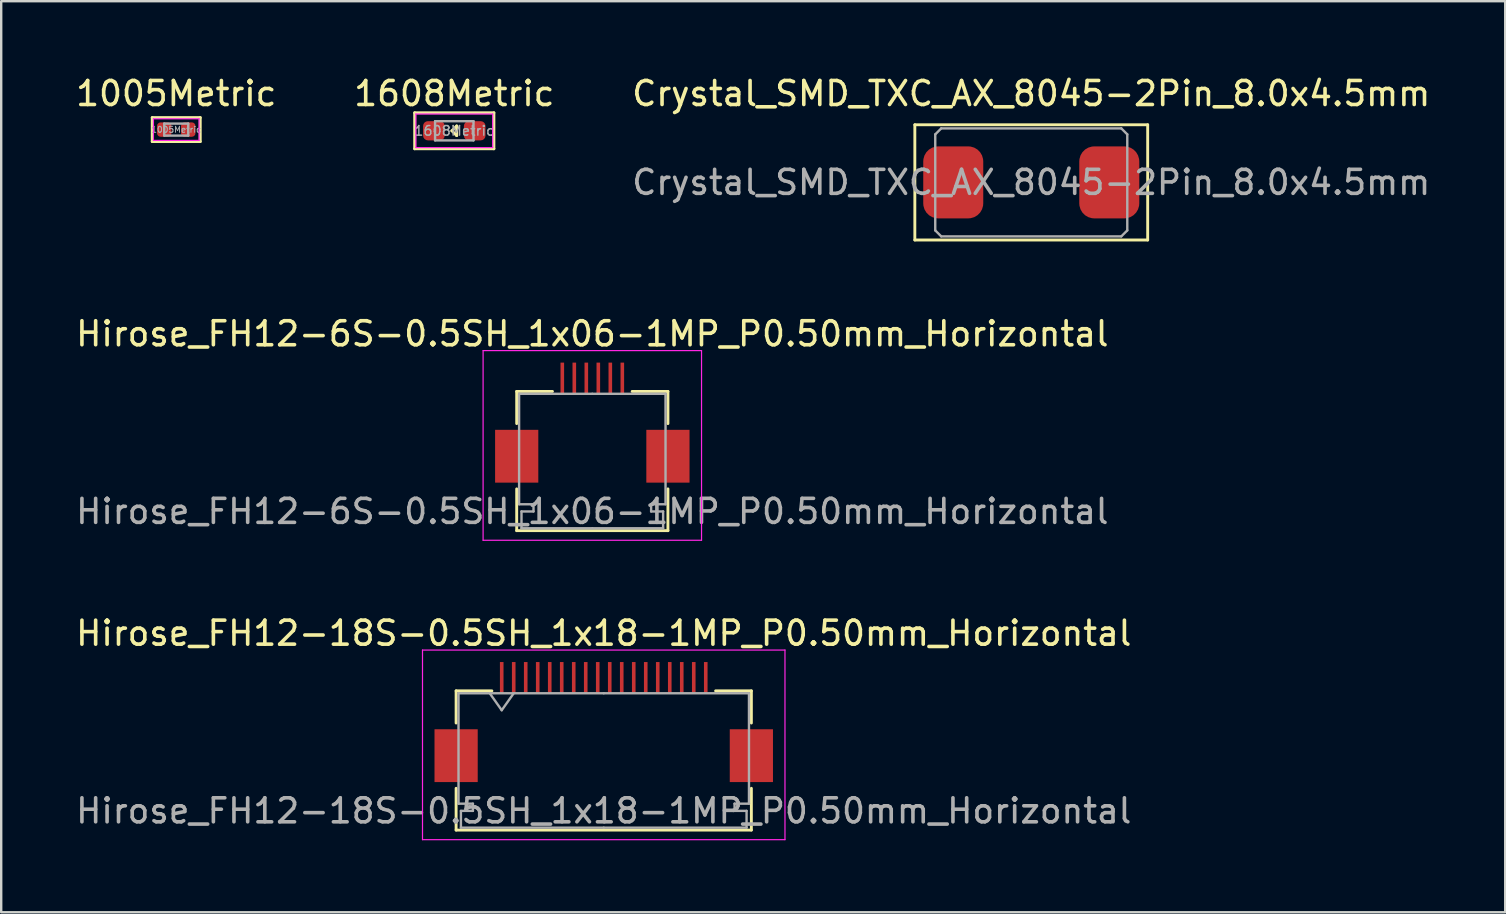
<source format=kicad_pcb>
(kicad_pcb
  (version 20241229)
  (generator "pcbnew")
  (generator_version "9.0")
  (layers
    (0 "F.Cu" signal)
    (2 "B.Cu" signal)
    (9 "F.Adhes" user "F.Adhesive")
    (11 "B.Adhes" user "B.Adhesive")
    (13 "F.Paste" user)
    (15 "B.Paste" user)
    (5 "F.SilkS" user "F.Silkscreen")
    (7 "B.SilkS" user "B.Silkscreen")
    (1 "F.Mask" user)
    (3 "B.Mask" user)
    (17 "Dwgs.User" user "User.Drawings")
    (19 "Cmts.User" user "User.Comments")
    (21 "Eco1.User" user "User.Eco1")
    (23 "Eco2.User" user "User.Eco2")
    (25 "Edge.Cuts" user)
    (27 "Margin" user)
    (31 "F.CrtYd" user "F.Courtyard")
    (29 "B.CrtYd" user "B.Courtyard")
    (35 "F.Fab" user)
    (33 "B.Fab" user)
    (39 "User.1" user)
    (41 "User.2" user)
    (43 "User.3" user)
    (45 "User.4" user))
  (footprint "Hirose_FH12-18S-0.5SH_1x18-1MP_P0.50mm_Horizontal"
    (layer "F.Cu")
    (at 22.101 27.03)
    (property "Reference" "Hirose_FH12-18S-0.5SH_1x18-1MP_P0.50mm_Horizontal" (at 0 -3.7 0) (layer "F.SilkS") (effects (font (size 1 1) (thickness 0.15))))
    (attr smd)
    (fp_line (start -6.15 -1.3) (end -6.15 0.04) (stroke (width 0.12) (type solid)) (layer "F.SilkS"))
    (fp_line (start -6.15 2.76) (end -6.15 4.5) (stroke (width 0.12) (type solid)) (layer "F.SilkS"))
    (fp_line (start -6.15 4.5) (end 6.15 4.5) (stroke (width 0.12) (type solid)) (layer "F.SilkS"))
    (fp_line (start -4.66 -1.3) (end -6.15 -1.3) (stroke (width 0.12) (type solid)) (layer "F.SilkS"))
    (fp_line (start 4.66 -1.3) (end 6.15 -1.3) (stroke (width 0.12) (type solid)) (layer "F.SilkS"))
    (fp_line (start 6.15 -1.3) (end 6.15 0.04) (stroke (width 0.12) (type solid)) (layer "F.SilkS"))
    (fp_line (start 6.15 4.5) (end 6.15 2.76) (stroke (width 0.12) (type solid)) (layer "F.SilkS"))
    (fp_line (start -7.55 -3) (end -7.55 4.9) (stroke (width 0.05) (type solid)) (layer "F.CrtYd"))
    (fp_line (start -7.55 4.9) (end 7.55 4.9) (stroke (width 0.05) (type solid)) (layer "F.CrtYd"))
    (fp_line (start 7.55 -3) (end -7.55 -3) (stroke (width 0.05) (type solid)) (layer "F.CrtYd"))
    (fp_line (start 7.55 4.9) (end 7.55 -3) (stroke (width 0.05) (type solid)) (layer "F.CrtYd"))
    (fp_line (start -6.05 -1.2) (end -6.05 3.4) (stroke (width 0.1) (type solid)) (layer "F.Fab"))
    (fp_line (start -6.05 3.4) (end -5.45 3.4) (stroke (width 0.1) (type solid)) (layer "F.Fab"))
    (fp_line (start -5.95 3.7) (end -5.95 4.4) (stroke (width 0.1) (type solid)) (layer "F.Fab"))
    (fp_line (start -5.95 4.4) (end 0 4.4) (stroke (width 0.1) (type solid)) (layer "F.Fab"))
    (fp_line (start -5.45 3.4) (end -5.45 3.7) (stroke (width 0.1) (type solid)) (layer "F.Fab"))
    (fp_line (start -5.45 3.7) (end -5.95 3.7) (stroke (width 0.1) (type solid)) (layer "F.Fab"))
    (fp_line (start -4.75 -1.2) (end -4.25 -0.493) (stroke (width 0.1) (type solid)) (layer "F.Fab"))
    (fp_line (start -4.25 -0.493) (end -3.75 -1.2) (stroke (width 0.1) (type solid)) (layer "F.Fab"))
    (fp_line (start 0 -1.2) (end -6.05 -1.2) (stroke (width 0.1) (type solid)) (layer "F.Fab"))
    (fp_line (start 0 -1.2) (end 6.05 -1.2) (stroke (width 0.1) (type solid)) (layer "F.Fab"))
    (fp_line (start 5.45 3.4) (end 5.45 3.7) (stroke (width 0.1) (type solid)) (layer "F.Fab"))
    (fp_line (start 5.45 3.7) (end 5.95 3.7) (stroke (width 0.1) (type solid)) (layer "F.Fab"))
    (fp_line (start 5.95 3.7) (end 5.95 4.4) (stroke (width 0.1) (type solid)) (layer "F.Fab"))
    (fp_line (start 5.95 4.4) (end 0 4.4) (stroke (width 0.1) (type solid)) (layer "F.Fab"))
    (fp_line (start 6.05 -1.2) (end 6.05 3.4) (stroke (width 0.1) (type solid)) (layer "F.Fab"))
    (fp_line (start 6.05 3.4) (end 5.45 3.4) (stroke (width 0.1) (type solid)) (layer "F.Fab"))
    (fp_text user "${REFERENCE}" (at 0 3.7 0) (layer "F.Fab") (effects (font (size 1 1) (thickness 0.15))))
    (pad "" smd rect (at -6.15 1.4) (size 1.8 2.2) (layers "F.Cu" "F.Mask" "F.Paste"))
    (pad "" smd rect (at 6.15 1.4) (size 1.8 2.2) (layers "F.Cu" "F.Mask" "F.Paste"))
    (pad "1" smd rect (at -4.25 -1.85) (size 0.15 1.3) (layers "F.Cu" "F.Mask" "F.Paste"))
    (pad "2" smd rect (at -3.75 -1.85) (size 0.15 1.3) (layers "F.Cu" "F.Mask" "F.Paste"))
    (pad "3" smd rect (at -3.25 -1.85) (size 0.15 1.3) (layers "F.Cu" "F.Mask" "F.Paste"))
    (pad "4" smd rect (at -2.75 -1.85) (size 0.15 1.3) (layers "F.Cu" "F.Mask" "F.Paste"))
    (pad "5" smd rect (at -2.25 -1.85) (size 0.15 1.3) (layers "F.Cu" "F.Mask" "F.Paste"))
    (pad "6" smd rect (at -1.75 -1.85) (size 0.15 1.3) (layers "F.Cu" "F.Mask" "F.Paste"))
    (pad "7" smd rect (at -1.25 -1.85) (size 0.15 1.3) (layers "F.Cu" "F.Mask" "F.Paste"))
    (pad "8" smd rect (at -0.75 -1.85) (size 0.15 1.3) (layers "F.Cu" "F.Mask" "F.Paste"))
    (pad "9" smd rect (at -0.25 -1.85) (size 0.15 1.3) (layers "F.Cu" "F.Mask" "F.Paste"))
    (pad "10" smd rect (at 0.25 -1.85) (size 0.15 1.3) (layers "F.Cu" "F.Mask" "F.Paste"))
    (pad "11" smd rect (at 0.75 -1.85) (size 0.15 1.3) (layers "F.Cu" "F.Mask" "F.Paste"))
    (pad "12" smd rect (at 1.25 -1.85) (size 0.15 1.3) (layers "F.Cu" "F.Mask" "F.Paste"))
    (pad "13" smd rect (at 1.75 -1.85) (size 0.15 1.3) (layers "F.Cu" "F.Mask" "F.Paste"))
    (pad "14" smd rect (at 2.25 -1.85) (size 0.15 1.3) (layers "F.Cu" "F.Mask" "F.Paste"))
    (pad "15" smd rect (at 2.75 -1.85) (size 0.15 1.3) (layers "F.Cu" "F.Mask" "F.Paste"))
    (pad "16" smd rect (at 3.25 -1.85) (size 0.15 1.3) (layers "F.Cu" "F.Mask" "F.Paste"))
    (pad "17" smd rect (at 3.75 -1.85) (size 0.15 1.3) (layers "F.Cu" "F.Mask" "F.Paste"))
    (pad "18" smd rect (at 4.25 -1.85) (size 0.15 1.3) (layers "F.Cu" "F.Mask" "F.Paste")))
  (footprint "Hirose_FH12-6S-0.5SH_1x06-1MP_P0.50mm_Horizontal"
    (layer "F.Cu")
    (at 21.625 14.556)
    (property "Reference" "Hirose_FH12-6S-0.5SH_1x06-1MP_P0.50mm_Horizontal" (at 0 -3.7 0) (layer "F.SilkS") (effects (font (size 1 1) (thickness 0.15))))
    (attr smd)
    (fp_line (start -3.15 -1.3) (end -3.15 0.04) (stroke (width 0.12) (type solid)) (layer "F.SilkS"))
    (fp_line (start -3.15 2.76) (end -3.15 4.5) (stroke (width 0.12) (type solid)) (layer "F.SilkS"))
    (fp_line (start -3.15 4.5) (end 3.15 4.5) (stroke (width 0.12) (type solid)) (layer "F.SilkS"))
    (fp_line (start -1.66 -1.3) (end -3.15 -1.3) (stroke (width 0.12) (type solid)) (layer "F.SilkS"))
    (fp_line (start 1.66 -1.3) (end 3.15 -1.3) (stroke (width 0.12) (type solid)) (layer "F.SilkS"))
    (fp_line (start 3.15 -1.3) (end 3.15 0.04) (stroke (width 0.12) (type solid)) (layer "F.SilkS"))
    (fp_line (start 3.15 4.5) (end 3.15 2.76) (stroke (width 0.12) (type solid)) (layer "F.SilkS"))
    (fp_line (start -4.55 -3) (end -4.55 4.9) (stroke (width 0.05) (type solid)) (layer "F.CrtYd"))
    (fp_line (start -4.55 4.9) (end 4.55 4.9) (stroke (width 0.05) (type solid)) (layer "F.CrtYd"))
    (fp_line (start 4.55 -3) (end -4.55 -3) (stroke (width 0.05) (type solid)) (layer "F.CrtYd"))
    (fp_line (start 4.55 4.9) (end 4.55 -3) (stroke (width 0.05) (type solid)) (layer "F.CrtYd"))
    (fp_line (start -3.05 -1.2) (end -3.05 3.4) (stroke (width 0.1) (type solid)) (layer "F.Fab"))
    (fp_line (start -3.05 3.4) (end -2.45 3.4) (stroke (width 0.1) (type solid)) (layer "F.Fab"))
    (fp_line (start -2.95 3.7) (end -2.95 4.4) (stroke (width 0.1) (type solid)) (layer "F.Fab"))
    (fp_line (start -2.95 4.4) (end 0 4.4) (stroke (width 0.1) (type solid)) (layer "F.Fab"))
    (fp_line (start -2.45 3.4) (end -2.45 3.7) (stroke (width 0.1) (type solid)) (layer "F.Fab"))
    (fp_line (start -2.45 3.7) (end -2.95 3.7) (stroke (width 0.1) (type solid)) (layer "F.Fab"))
    (fp_line (start 0 -1.2) (end -3.05 -1.2) (stroke (width 0.1) (type solid)) (layer "F.Fab"))
    (fp_line (start 0 -1.2) (end 3.05 -1.2) (stroke (width 0.1) (type solid)) (layer "F.Fab"))
    (fp_line (start 2.45 3.4) (end 2.45 3.7) (stroke (width 0.1) (type solid)) (layer "F.Fab"))
    (fp_line (start 2.45 3.7) (end 2.95 3.7) (stroke (width 0.1) (type solid)) (layer "F.Fab"))
    (fp_line (start 2.95 3.7) (end 2.95 4.4) (stroke (width 0.1) (type solid)) (layer "F.Fab"))
    (fp_line (start 2.95 4.4) (end 0 4.4) (stroke (width 0.1) (type solid)) (layer "F.Fab"))
    (fp_line (start 3.05 -1.2) (end 3.05 3.4) (stroke (width 0.1) (type solid)) (layer "F.Fab"))
    (fp_line (start 3.05 3.4) (end 2.45 3.4) (stroke (width 0.1) (type solid)) (layer "F.Fab"))
    (fp_text user "${REFERENCE}" (at 0 3.7 0) (layer "F.Fab") (effects (font (size 1 1) (thickness 0.15))))
    (pad "" smd rect (at -3.15 1.4) (size 1.8 2.2) (layers "F.Cu" "F.Mask" "F.Paste"))
    (pad "" smd rect (at 3.15 1.4) (size 1.8 2.2) (layers "F.Cu" "F.Mask" "F.Paste"))
    (pad "1" smd rect (at 1.25 -1.85) (size 0.15 1.3) (layers "F.Cu" "F.Mask" "F.Paste"))
    (pad "2" smd rect (at 0.75 -1.85) (size 0.15 1.3) (layers "F.Cu" "F.Mask" "F.Paste"))
    (pad "3" smd rect (at 0.25 -1.85) (size 0.15 1.3) (layers "F.Cu" "F.Mask" "F.Paste"))
    (pad "4" smd rect (at -0.25 -1.85) (size 0.15 1.3) (layers "F.Cu" "F.Mask" "F.Paste"))
    (pad "5" smd rect (at -0.75 -1.85) (size 0.15 1.3) (layers "F.Cu" "F.Mask" "F.Paste"))
    (pad "6" smd rect (at -1.25 -1.85) (size 0.15 1.3) (layers "F.Cu" "F.Mask" "F.Paste")))
  (footprint "1005Metric"
    (layer "F.Cu")
    (at 4.292 2.348)
    (property "Reference" "1005Metric" (at 0 -1.5 0) (layer "F.SilkS") (effects (font (size 1 1) (thickness 0.15))))
    (attr smd)
    (fp_line (start -1 -0.5) (end 1 -0.5) (stroke (width 0.12) (type solid)) (layer "F.SilkS"))
    (fp_line (start -1 0.5) (end -1 -0.5) (stroke (width 0.12) (type solid)) (layer "F.SilkS"))
    (fp_line (start -1 0.5) (end 1 0.5) (stroke (width 0.12) (type solid)) (layer "F.SilkS"))
    (fp_line (start 1 0.5) (end 1 -0.5) (stroke (width 0.12) (type solid)) (layer "F.SilkS"))
    (fp_line (start -0.95 -0.45) (end 0.95 -0.45) (stroke (width 0.05) (type solid)) (layer "F.CrtYd"))
    (fp_line (start -0.95 0.45) (end -0.95 -0.45) (stroke (width 0.05) (type solid)) (layer "F.CrtYd"))
    (fp_line (start 0.95 -0.45) (end 0.95 0.45) (stroke (width 0.05) (type solid)) (layer "F.CrtYd"))
    (fp_line (start 0.95 0.45) (end -0.95 0.45) (stroke (width 0.05) (type solid)) (layer "F.CrtYd"))
    (fp_line (start -0.5 -0.25) (end 0.5 -0.25) (stroke (width 0.1) (type solid)) (layer "F.Fab"))
    (fp_line (start -0.5 0.25) (end -0.5 -0.25) (stroke (width 0.1) (type solid)) (layer "F.Fab"))
    (fp_line (start 0.5 -0.25) (end 0.5 0.25) (stroke (width 0.1) (type solid)) (layer "F.Fab"))
    (fp_line (start 0.5 0.25) (end -0.5 0.25) (stroke (width 0.1) (type solid)) (layer "F.Fab"))
    (fp_text user "${REFERENCE}" (at 0 0 0) (layer "F.Fab") (effects (font (size 0.25 0.25) (thickness 0.04))))
    (pad "1" smd roundrect (at -0.5 0) (size 0.6 0.6) (layers "F.Cu" "F.Mask" "F.Paste") (roundrect_rratio 0.25))
    (pad "2" smd roundrect (at 0.5 0) (size 0.6 0.6) (layers "F.Cu" "F.Mask" "F.Paste") (roundrect_rratio 0.25)))
  (footprint "Crystal_SMD_TXC_AX_8045-2Pin_8.0x4.5mm"
    (layer "F.Cu")
    (at 39.911 4.548)
    (property "Reference" "Crystal_SMD_TXC_AX_8045-2Pin_8.0x4.5mm" (at 0 -3.7 0) (layer "F.SilkS") (effects (font (size 1 1) (thickness 0.15))))
    (attr smd)
    (fp_line (start -4.85 2.4) (end -4.85 -2.4) (stroke (width 0.12) (type solid)) (layer "F.SilkS"))
    (fp_line (start -4.85 2.4) (end 4.85 2.4) (stroke (width 0.12) (type solid)) (layer "F.SilkS"))
    (fp_line (start 4.85 -2.4) (end -4.85 -2.4) (stroke (width 0.12) (type solid)) (layer "F.SilkS"))
    (fp_line (start 4.85 2.4) (end 4.85 -2.4) (stroke (width 0.12) (type solid)) (layer "F.SilkS"))
    (fp_line (start -4 -2) (end -3.75 -2.25) (stroke (width 0.1) (type solid)) (layer "F.Fab"))
    (fp_line (start -4 2) (end -4 -2) (stroke (width 0.1) (type solid)) (layer "F.Fab"))
    (fp_line (start -3.75 -2.25) (end 3.75 -2.25) (stroke (width 0.1) (type solid)) (layer "F.Fab"))
    (fp_line (start -3.75 2.25) (end -4 2) (stroke (width 0.1) (type solid)) (layer "F.Fab"))
    (fp_line (start 3.75 -2.25) (end 4 -2) (stroke (width 0.1) (type solid)) (layer "F.Fab"))
    (fp_line (start 3.75 2.25) (end -3.75 2.25) (stroke (width 0.1) (type solid)) (layer "F.Fab"))
    (fp_line (start 3.75 2.25) (end 4 2) (stroke (width 0.1) (type solid)) (layer "F.Fab"))
    (fp_line (start 4 -2) (end 4 2) (stroke (width 0.1) (type solid)) (layer "F.Fab"))
    (fp_text user "${REFERENCE}" (at 0 0 0) (layer "F.Fab") (effects (font (size 1 1) (thickness 0.15))))
    (pad "1" smd roundrect (at -3.25 0) (size 2.5 3) (layers "F.Cu" "F.Mask" "F.Paste") (roundrect_rratio 0.25))
    (pad "2" smd roundrect (at 3.25 0) (size 2.5 3) (layers "F.Cu" "F.Mask" "F.Paste") (roundrect_rratio 0.25)))
  (footprint "1608Metric"
    (layer "F.Cu")
    (at 15.875 2.398)
    (property "Reference" "1608Metric" (at 0 -1.55 0) (layer "F.SilkS") (effects (font (size 1 1) (thickness 0.15))))
    (attr smd)
    (fp_line (start -1.65 -0.75) (end -1.65 0.75) (stroke (width 0.12) (type solid)) (layer "F.SilkS"))
    (fp_line (start -1.65 -0.75) (end 1.65 -0.75) (stroke (width 0.12) (type solid)) (layer "F.SilkS"))
    (fp_line (start -1.65 0.75) (end 1.65 0.75) (stroke (width 0.12) (type solid)) (layer "F.SilkS"))
    (fp_line (start -0.1 0) (end 0.1 -0.2) (stroke (width 0.12) (type solid)) (layer "F.SilkS"))
    (fp_line (start 0.1 -0.2) (end 0.1 0.2) (stroke (width 0.12) (type solid)) (layer "F.SilkS"))
    (fp_line (start 0.1 0.2) (end -0.1 0) (stroke (width 0.12) (type solid)) (layer "F.SilkS"))
    (fp_line (start 1.65 -0.75) (end 1.65 0.75) (stroke (width 0.12) (type solid)) (layer "F.SilkS"))
    (fp_line (start -1.6 -0.7) (end 1.6 -0.7) (stroke (width 0.05) (type solid)) (layer "F.CrtYd"))
    (fp_line (start -1.6 0.7) (end -1.6 -0.7) (stroke (width 0.05) (type solid)) (layer "F.CrtYd"))
    (fp_line (start 1.6 -0.7) (end 1.6 0.7) (stroke (width 0.05) (type solid)) (layer "F.CrtYd"))
    (fp_line (start 1.6 0.7) (end -1.6 0.7) (stroke (width 0.05) (type solid)) (layer "F.CrtYd"))
    (fp_line (start -0.8 -0.4) (end 0.8 -0.4) (stroke (width 0.1) (type solid)) (layer "F.Fab"))
    (fp_line (start -0.8 0.4) (end -0.8 -0.4) (stroke (width 0.1) (type solid)) (layer "F.Fab"))
    (fp_line (start 0.8 -0.4) (end 0.8 0.4) (stroke (width 0.1) (type solid)) (layer "F.Fab"))
    (fp_line (start 0.8 0.4) (end -0.8 0.4) (stroke (width 0.1) (type solid)) (layer "F.Fab"))
    (fp_text user "${REFERENCE}" (at 0 0 0) (layer "F.Fab") (effects (font (size 0.4 0.4) (thickness 0.06))))
    (pad "1" smd roundrect (at -0.85 0) (size 0.9 0.8) (layers "F.Cu" "F.Mask" "F.Paste") (roundrect_rratio 0.25))
    (pad "2" smd roundrect (at 0.85 0) (size 0.9 0.8) (layers "F.Cu" "F.Mask" "F.Paste") (roundrect_rratio 0.25)))
  (gr_rect
    (start -3 -3)
    (end 59.655 34.955)
    (stroke (width 0.1) (type default))
    (fill no)
    (layer "Edge.Cuts")))
</source>
